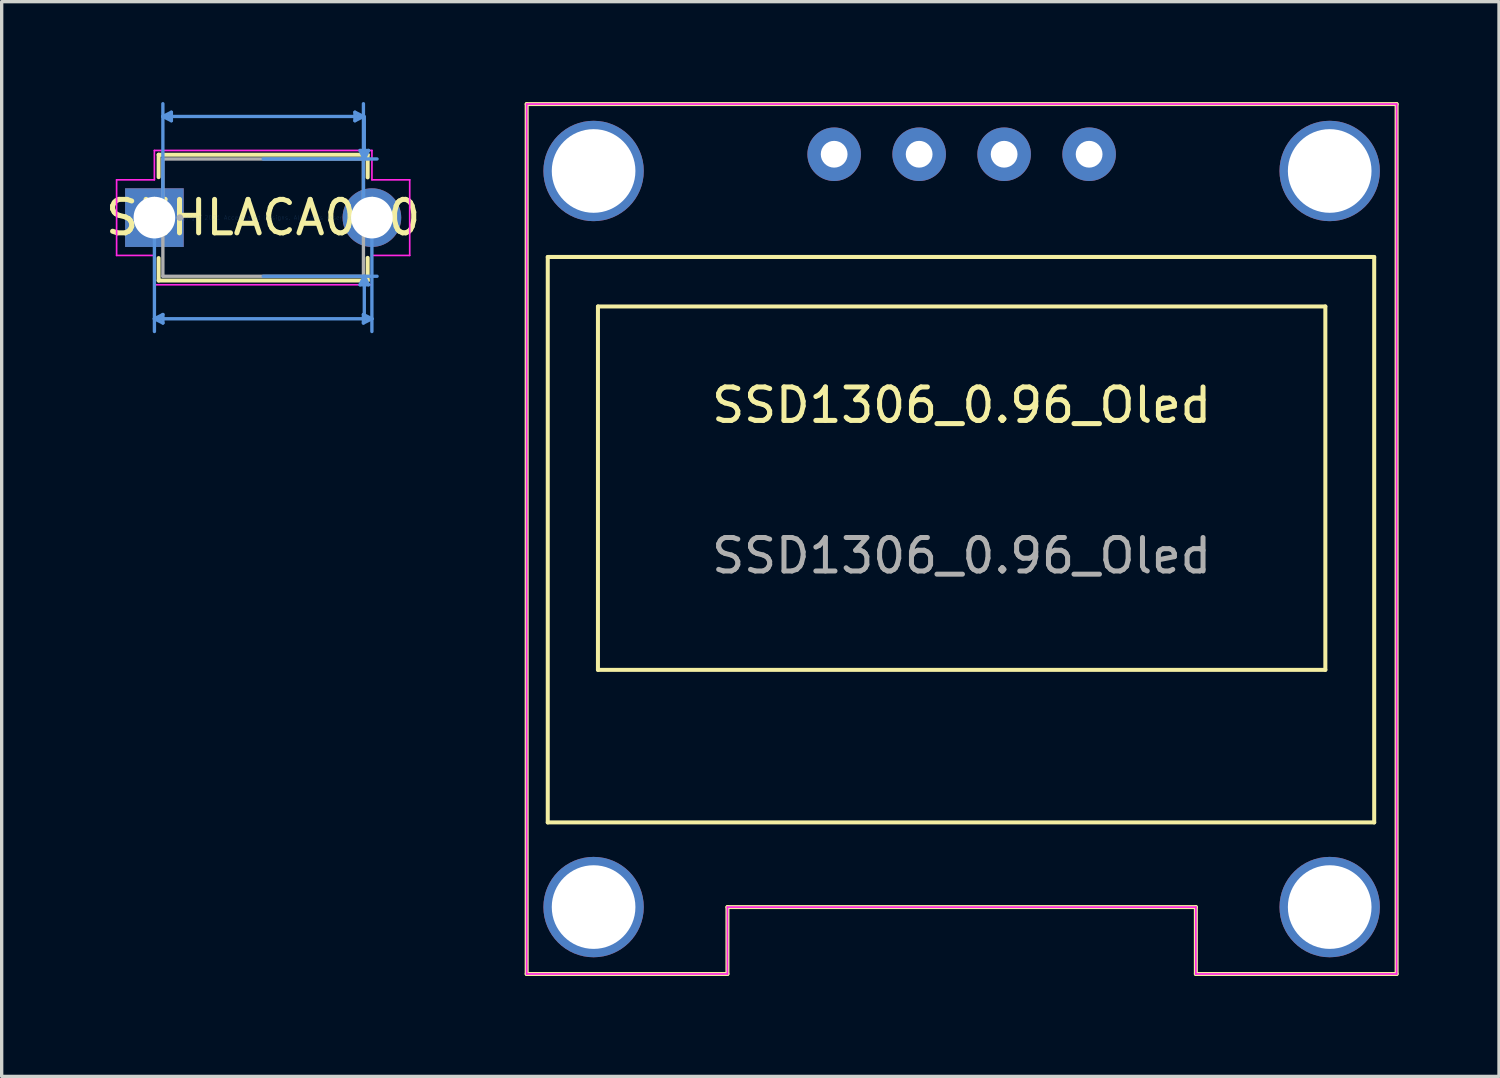
<source format=kicad_pcb>
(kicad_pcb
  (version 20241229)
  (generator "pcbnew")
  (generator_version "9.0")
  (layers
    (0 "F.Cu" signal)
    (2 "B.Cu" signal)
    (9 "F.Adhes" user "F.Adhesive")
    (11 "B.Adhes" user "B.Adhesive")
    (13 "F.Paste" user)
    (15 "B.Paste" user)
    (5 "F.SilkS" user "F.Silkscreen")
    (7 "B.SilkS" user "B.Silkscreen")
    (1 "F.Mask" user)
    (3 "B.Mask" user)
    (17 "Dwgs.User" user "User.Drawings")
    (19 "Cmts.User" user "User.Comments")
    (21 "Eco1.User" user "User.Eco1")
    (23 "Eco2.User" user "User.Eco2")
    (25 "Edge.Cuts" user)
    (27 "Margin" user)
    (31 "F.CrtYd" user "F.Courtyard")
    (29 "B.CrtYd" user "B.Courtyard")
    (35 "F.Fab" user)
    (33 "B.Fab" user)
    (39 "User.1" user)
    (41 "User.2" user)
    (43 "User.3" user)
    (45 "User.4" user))
  (footprint "SSD1306_0.96_Oled"
    (layer "F.Cu")
    (at 25.691 13.06)
    (property "Reference" "SSD1306_0.96_Oled" (at 0 -4 0) (unlocked yes) (layer "F.SilkS") (effects (font (size 1 1) (thickness 0.15))))
    (attr through_hole)
    (fp_line (start -13 -13) (end -13 13) (stroke (width 0.12) (type solid)) (layer "F.SilkS"))
    (fp_line (start -13 13) (end -7 13) (stroke (width 0.12) (type solid)) (layer "F.SilkS"))
    (fp_line (start -12.37 -8.43) (end -12.37 8.47) (stroke (width 0.12) (type solid)) (layer "F.SilkS"))
    (fp_line (start -12.37 8.47) (end 12.33 8.47) (stroke (width 0.12) (type solid)) (layer "F.SilkS"))
    (fp_line (start -10.87 -6.95) (end -10.87 3.91) (stroke (width 0.12) (type solid)) (layer "F.SilkS"))
    (fp_line (start -10.87 3.91) (end 10.87 3.91) (stroke (width 0.12) (type solid)) (layer "F.SilkS"))
    (fp_line (start -7 11) (end 7 11) (stroke (width 0.12) (type solid)) (layer "F.SilkS"))
    (fp_line (start -7 13) (end -7 11) (stroke (width 0.12) (type solid)) (layer "F.SilkS"))
    (fp_line (start 7 11) (end 7 13) (stroke (width 0.12) (type solid)) (layer "F.SilkS"))
    (fp_line (start 7 13) (end 13 13) (stroke (width 0.12) (type solid)) (layer "F.SilkS"))
    (fp_line (start 10.87 -6.95) (end -10.87 -6.95) (stroke (width 0.12) (type solid)) (layer "F.SilkS"))
    (fp_line (start 10.87 3.91) (end 10.87 -6.95) (stroke (width 0.12) (type solid)) (layer "F.SilkS"))
    (fp_line (start 12.33 -8.43) (end -12.37 -8.43) (stroke (width 0.12) (type solid)) (layer "F.SilkS"))
    (fp_line (start 12.33 8.47) (end 12.33 -8.43) (stroke (width 0.12) (type solid)) (layer "F.SilkS"))
    (fp_line (start 13 -13) (end -13 -13) (stroke (width 0.12) (type solid)) (layer "F.SilkS"))
    (fp_line (start 13 13) (end 13 -13) (stroke (width 0.12) (type solid)) (layer "F.SilkS"))
    (fp_line (start -13 -13) (end -13 13) (stroke (width 0.05) (type solid)) (layer "F.CrtYd"))
    (fp_line (start -13 13) (end -7 13) (stroke (width 0.05) (type solid)) (layer "F.CrtYd"))
    (fp_line (start -7 11) (end 7 11) (stroke (width 0.05) (type solid)) (layer "F.CrtYd"))
    (fp_line (start -7 13) (end -7 11) (stroke (width 0.05) (type solid)) (layer "F.CrtYd"))
    (fp_line (start 7 11) (end 7 13) (stroke (width 0.05) (type solid)) (layer "F.CrtYd"))
    (fp_line (start 7 13) (end 13 13) (stroke (width 0.05) (type solid)) (layer "F.CrtYd"))
    (fp_line (start 13 -13) (end -13 -13) (stroke (width 0.05) (type solid)) (layer "F.CrtYd"))
    (fp_line (start 13 13) (end 13 -13) (stroke (width 0.05) (type solid)) (layer "F.CrtYd"))
    (fp_text user "${REFERENCE}" (at 0 0.5 0) (unlocked yes) (layer "F.Fab") (effects (font (size 1 1) (thickness 0.15))))
    (pad "" np_thru_hole circle (at -11 -11) (size 3 3) (drill 2.5) (layers "*.Cu" "*.Mask"))
    (pad "" np_thru_hole circle (at -11 11) (size 3 3) (drill 2.5) (layers "*.Cu" "*.Mask"))
    (pad "" np_thru_hole circle (at 11 -11) (size 3 3) (drill 2.5) (layers "*.Cu" "*.Mask"))
    (pad "" np_thru_hole circle (at 11 11) (size 3 3) (drill 2.5) (layers "*.Cu" "*.Mask"))
    (pad "1" thru_hole circle (at -3.81 -11.5) (size 1.6 1.6) (drill 0.8) (layers "*.Cu" "*.Mask"))
    (pad "2" thru_hole circle (at -1.27 -11.5) (size 1.6 1.6) (drill 0.8) (layers "*.Cu" "*.Mask"))
    (pad "3" thru_hole circle (at 1.27 -11.5) (size 1.6 1.6) (drill 0.8) (layers "*.Cu" "*.Mask"))
    (pad "4" thru_hole circle (at 3.81 -11.5) (size 1.6 1.6) (drill 0.8) (layers "*.Cu" "*.Mask")))
  (footprint "SKHLACA010"
    (layer "F.Cu")
    (at 1.565 3.454)
    (property "Reference" "SKHLACA010" (at 3.25 0 0) (layer "F.SilkS") (effects (font (size 1 1) (thickness 0.15))))
    (attr through_hole)
    (fp_line (start 0.126 -1.88) (end 0.126 -1.209) (stroke (width 0.12) (type solid)) (layer "F.SilkS"))
    (fp_line (start 0.126 1.209) (end 0.126 1.88) (stroke (width 0.12) (type solid)) (layer "F.SilkS"))
    (fp_line (start 6.374 -1.88) (end 0.126 -1.88) (stroke (width 0.12) (type solid)) (layer "F.SilkS"))
    (fp_line (start 6.374 -1.88) (end 6.374 -1.202) (stroke (width 0.12) (type solid)) (layer "F.SilkS"))
    (fp_line (start 6.374 1.202) (end 6.374 1.88) (stroke (width 0.12) (type solid)) (layer "F.SilkS"))
    (fp_line (start 6.374 1.88) (end 0.126 1.88) (stroke (width 0.12) (type solid)) (layer "F.SilkS"))
    (fp_line (start 0.000001 0) (end 0.000001 3.404) (stroke (width 0.1) (type solid)) (layer "Cmts.User"))
    (fp_line (start 0.000001 3.023) (end 0.254 2.896) (stroke (width 0.1) (type solid)) (layer "Cmts.User"))
    (fp_line (start 0.000001 3.023) (end 0.254 3.15) (stroke (width 0.1) (type solid)) (layer "Cmts.User"))
    (fp_line (start 0.000001 3.023) (end 6.5 3.023) (stroke (width 0.1) (type solid)) (layer "Cmts.User"))
    (fp_line (start 0.253 -3.023) (end 0.507 -3.15) (stroke (width 0.1) (type solid)) (layer "Cmts.User"))
    (fp_line (start 0.253 -3.023) (end 0.507 -2.896) (stroke (width 0.1) (type solid)) (layer "Cmts.User"))
    (fp_line (start 0.253 -3.023) (end 6.247 -3.023) (stroke (width 0.1) (type solid)) (layer "Cmts.User"))
    (fp_line (start 0.253 0) (end 0.253 -3.404) (stroke (width 0.1) (type solid)) (layer "Cmts.User"))
    (fp_line (start 0.254 2.896) (end 0.254 3.15) (stroke (width 0.1) (type solid)) (layer "Cmts.User"))
    (fp_line (start 0.507 -3.15) (end 0.507 -2.896) (stroke (width 0.1) (type solid)) (layer "Cmts.User"))
    (fp_line (start 3.25 -1.753) (end 6.654 -1.753) (stroke (width 0.1) (type solid)) (layer "Cmts.User"))
    (fp_line (start 3.25 1.753) (end 6.654 1.753) (stroke (width 0.1) (type solid)) (layer "Cmts.User"))
    (fp_line (start 5.993 -3.15) (end 5.993 -2.896) (stroke (width 0.1) (type solid)) (layer "Cmts.User"))
    (fp_line (start 6.146 -2.007) (end 6.4 -2.007) (stroke (width 0.1) (type solid)) (layer "Cmts.User"))
    (fp_line (start 6.146 2.007) (end 6.4 2.007) (stroke (width 0.1) (type solid)) (layer "Cmts.User"))
    (fp_line (start 6.246 2.896) (end 6.246 3.15) (stroke (width 0.1) (type solid)) (layer "Cmts.User"))
    (fp_line (start 6.247 -3.023) (end 5.993 -3.15) (stroke (width 0.1) (type solid)) (layer "Cmts.User"))
    (fp_line (start 6.247 -3.023) (end 5.993 -2.896) (stroke (width 0.1) (type solid)) (layer "Cmts.User"))
    (fp_line (start 6.247 0) (end 6.247 -3.404) (stroke (width 0.1) (type solid)) (layer "Cmts.User"))
    (fp_line (start 6.273 -1.753) (end 6.146 -2.007) (stroke (width 0.1) (type solid)) (layer "Cmts.User"))
    (fp_line (start 6.273 -1.753) (end 6.273 -3.023) (stroke (width 0.1) (type solid)) (layer "Cmts.User"))
    (fp_line (start 6.273 -1.753) (end 6.4 -2.007) (stroke (width 0.1) (type solid)) (layer "Cmts.User"))
    (fp_line (start 6.273 1.753) (end 6.146 2.007) (stroke (width 0.1) (type solid)) (layer "Cmts.User"))
    (fp_line (start 6.273 1.753) (end 6.273 3.023) (stroke (width 0.1) (type solid)) (layer "Cmts.User"))
    (fp_line (start 6.273 1.753) (end 6.4 2.007) (stroke (width 0.1) (type solid)) (layer "Cmts.User"))
    (fp_line (start 6.5 0) (end 6.5 3.404) (stroke (width 0.1) (type solid)) (layer "Cmts.User"))
    (fp_line (start 6.5 3.023) (end 6.246 2.896) (stroke (width 0.1) (type solid)) (layer "Cmts.User"))
    (fp_line (start 6.5 3.023) (end 6.246 3.15) (stroke (width 0.1) (type solid)) (layer "Cmts.User"))
    (fp_line (start -1.13 -1.13) (end -1.13 1.13) (stroke (width 0.05) (type solid)) (layer "F.CrtYd"))
    (fp_line (start -1.13 1.13) (end -0.001 1.13) (stroke (width 0.05) (type solid)) (layer "F.CrtYd"))
    (fp_line (start -0.001 -2.007) (end -0.001 -1.13) (stroke (width 0.05) (type solid)) (layer "F.CrtYd"))
    (fp_line (start -0.001 -1.13) (end -1.13 -1.13) (stroke (width 0.05) (type solid)) (layer "F.CrtYd"))
    (fp_line (start -0.001 1.13) (end -0.001 2.007) (stroke (width 0.05) (type solid)) (layer "F.CrtYd"))
    (fp_line (start -0.001 2.007) (end 6.501 2.007) (stroke (width 0.05) (type solid)) (layer "F.CrtYd"))
    (fp_line (start 6.501 -2.007) (end -0.001 -2.007) (stroke (width 0.05) (type solid)) (layer "F.CrtYd"))
    (fp_line (start 6.501 -1.13) (end 6.501 -2.007) (stroke (width 0.05) (type solid)) (layer "F.CrtYd"))
    (fp_line (start 6.501 1.13) (end 7.63 1.13) (stroke (width 0.05) (type solid)) (layer "F.CrtYd"))
    (fp_line (start 6.501 2.007) (end 6.501 1.13) (stroke (width 0.05) (type solid)) (layer "F.CrtYd"))
    (fp_line (start 7.63 -1.13) (end 6.501 -1.13) (stroke (width 0.05) (type solid)) (layer "F.CrtYd"))
    (fp_line (start 7.63 1.13) (end 7.63 -1.13) (stroke (width 0.05) (type solid)) (layer "F.CrtYd"))
    (fp_line (start 0.253 -1.753) (end 0.253 1.753) (stroke (width 0.1) (type solid)) (layer "F.Fab"))
    (fp_line (start 6.247 -1.753) (end 0.253 -1.753) (stroke (width 0.1) (type solid)) (layer "F.Fab"))
    (fp_line (start 6.247 -1.753) (end 6.247 1.753) (stroke (width 0.1) (type solid)) (layer "F.Fab"))
    (fp_line (start 6.247 1.753) (end 0.253 1.753) (stroke (width 0.1) (type solid)) (layer "F.Fab"))
    (fp_circle (center 0.761 0) (end 0.761 0) (stroke (width 0.1) (type solid)) (fill no) (layer "F.Fab"))
    (fp_text user "*" (at 0 0 0) (layer "F.SilkS") (effects (font (size 1 1) (thickness 0.15))))
    (fp_text user "Copyright 2021 Accelerated Designs. All rights reserved." (at 3.25 0 0) (layer "Cmts.User") (effects (font (size 0.127 0.127) (thickness 0.002))))
    (fp_text user "*" (at 0 0 0) (layer "F.Fab") (effects (font (size 1 1) (thickness 0.15))))
    (pad "1" thru_hole rect (at 0.000001 0) (size 1.753 1.753) (drill 1.245) (layers "*.Cu" "*.Mask"))
    (pad "2" thru_hole circle (at 6.5 0) (size 1.753 1.753) (drill 1.245) (layers "*.Cu" "*.Mask")))
  (gr_rect
    (start -3 -3)
    (end 41.751 29.12)
    (stroke (width 0.1) (type default))
    (fill no)
    (layer "Edge.Cuts")))
</source>
